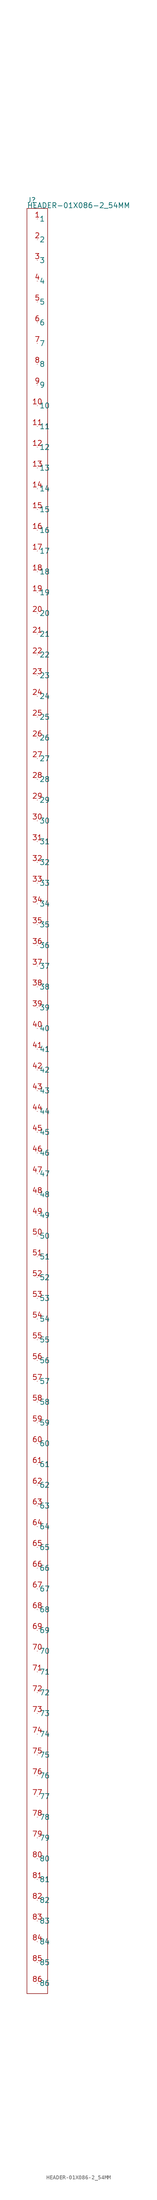
<source format=kicad_sym>
(kicad_symbol_lib
  (version 20211014)
  (generator kicad_symbol_editor)
  (symbol "HEADER-01X086-2_54MM"
    (pin_names)
    (property "Reference" "J"
      (at -2.54 219.71 0)
      (effects (font (size 1.27 1.27)) (justify left bottom)))
    (property "Value" "HEADER-01X086-2_54MM"
      (at -2.54 218.44 0)
      (effects (font (size 1.27 1.27)) (justify left bottom)))
    (property "Datasheet" ""
      (at 0 0 0))
    (property "ki_description" "Header 1x86  - Header Vertical 86POS 2.54MM Technical Specifications: Pitch: 0.1\" (2.54mm) "
      (at 0 0 0))
    (property "ki_fp_filters" "FlashPCB_Connectors:HEADER-THT-01X086-2_54MM FlashPCB_Connectors:HEADER-THT-LONG-01X086-2_54MM FlashPCB_Connectors:HEADER-THT-NOSILK-01X086-2_54MM FlashPCB_Connectors:HEADER-THT-LONG-NOSILK-01X086-2_54MM"
      (at 0 0 0))
    (symbol "HEADER-01X086-2_54MM_1_1"
      (polyline (pts (xy -2.54 218.44) (xy 2.54 218.44)) (stroke (width 0.127)) (fill (type none)))
      (polyline (pts (xy 2.54 218.44) (xy 2.54 -218.44)) (stroke (width 0.127)) (fill (type none)))
      (polyline (pts (xy 2.54 -218.44) (xy -2.54 -218.44)) (stroke (width 0.127)) (fill (type none)))
      (polyline (pts (xy -2.54 -218.44) (xy -2.54 218.44)) (stroke (width 0.127)) (fill (type none)))
      (pin bidirectional line (at 0 215.9 0) (length 0) (name "1" (effects (font (size 1.27 1.27)))) (number "1" (effects (font (size 1.27 1.27)))))
      (pin bidirectional line (at 0 210.82 0) (length 0) (name "2" (effects (font (size 1.27 1.27)))) (number "2" (effects (font (size 1.27 1.27)))))
      (pin bidirectional line (at 0 205.74 0) (length 0) (name "3" (effects (font (size 1.27 1.27)))) (number "3" (effects (font (size 1.27 1.27)))))
      (pin bidirectional line (at 0 200.66 0) (length 0) (name "4" (effects (font (size 1.27 1.27)))) (number "4" (effects (font (size 1.27 1.27)))))
      (pin bidirectional line (at 0 195.58 0) (length 0) (name "5" (effects (font (size 1.27 1.27)))) (number "5" (effects (font (size 1.27 1.27)))))
      (pin bidirectional line (at 0 190.5 0) (length 0) (name "6" (effects (font (size 1.27 1.27)))) (number "6" (effects (font (size 1.27 1.27)))))
      (pin bidirectional line (at 0 185.42 0) (length 0) (name "7" (effects (font (size 1.27 1.27)))) (number "7" (effects (font (size 1.27 1.27)))))
      (pin bidirectional line (at 0 180.34 0) (length 0) (name "8" (effects (font (size 1.27 1.27)))) (number "8" (effects (font (size 1.27 1.27)))))
      (pin bidirectional line (at 0 175.26 0) (length 0) (name "9" (effects (font (size 1.27 1.27)))) (number "9" (effects (font (size 1.27 1.27)))))
      (pin bidirectional line (at 0 170.18 0) (length 0) (name "10" (effects (font (size 1.27 1.27)))) (number "10" (effects (font (size 1.27 1.27)))))
      (pin bidirectional line (at 0 165.1 0) (length 0) (name "11" (effects (font (size 1.27 1.27)))) (number "11" (effects (font (size 1.27 1.27)))))
      (pin bidirectional line (at 0 160.02 0) (length 0) (name "12" (effects (font (size 1.27 1.27)))) (number "12" (effects (font (size 1.27 1.27)))))
      (pin bidirectional line (at 0 154.94 0) (length 0) (name "13" (effects (font (size 1.27 1.27)))) (number "13" (effects (font (size 1.27 1.27)))))
      (pin bidirectional line (at 0 149.86 0) (length 0) (name "14" (effects (font (size 1.27 1.27)))) (number "14" (effects (font (size 1.27 1.27)))))
      (pin bidirectional line (at 0 144.78 0) (length 0) (name "15" (effects (font (size 1.27 1.27)))) (number "15" (effects (font (size 1.27 1.27)))))
      (pin bidirectional line (at 0 139.7 0) (length 0) (name "16" (effects (font (size 1.27 1.27)))) (number "16" (effects (font (size 1.27 1.27)))))
      (pin bidirectional line (at 0 134.62 0) (length 0) (name "17" (effects (font (size 1.27 1.27)))) (number "17" (effects (font (size 1.27 1.27)))))
      (pin bidirectional line (at 0 129.54 0) (length 0) (name "18" (effects (font (size 1.27 1.27)))) (number "18" (effects (font (size 1.27 1.27)))))
      (pin bidirectional line (at 0 124.46 0) (length 0) (name "19" (effects (font (size 1.27 1.27)))) (number "19" (effects (font (size 1.27 1.27)))))
      (pin bidirectional line (at 0 119.38 0) (length 0) (name "20" (effects (font (size 1.27 1.27)))) (number "20" (effects (font (size 1.27 1.27)))))
      (pin bidirectional line (at 0 114.3 0) (length 0) (name "21" (effects (font (size 1.27 1.27)))) (number "21" (effects (font (size 1.27 1.27)))))
      (pin bidirectional line (at 0 109.22 0) (length 0) (name "22" (effects (font (size 1.27 1.27)))) (number "22" (effects (font (size 1.27 1.27)))))
      (pin bidirectional line (at 0 104.14 0) (length 0) (name "23" (effects (font (size 1.27 1.27)))) (number "23" (effects (font (size 1.27 1.27)))))
      (pin bidirectional line (at 0 99.06 0) (length 0) (name "24" (effects (font (size 1.27 1.27)))) (number "24" (effects (font (size 1.27 1.27)))))
      (pin bidirectional line (at 0 93.98 0) (length 0) (name "25" (effects (font (size 1.27 1.27)))) (number "25" (effects (font (size 1.27 1.27)))))
      (pin bidirectional line (at 0 88.9 0) (length 0) (name "26" (effects (font (size 1.27 1.27)))) (number "26" (effects (font (size 1.27 1.27)))))
      (pin bidirectional line (at 0 83.82 0) (length 0) (name "27" (effects (font (size 1.27 1.27)))) (number "27" (effects (font (size 1.27 1.27)))))
      (pin bidirectional line (at 0 78.74 0) (length 0) (name "28" (effects (font (size 1.27 1.27)))) (number "28" (effects (font (size 1.27 1.27)))))
      (pin bidirectional line (at 0 73.66 0) (length 0) (name "29" (effects (font (size 1.27 1.27)))) (number "29" (effects (font (size 1.27 1.27)))))
      (pin bidirectional line (at 0 68.58 0) (length 0) (name "30" (effects (font (size 1.27 1.27)))) (number "30" (effects (font (size 1.27 1.27)))))
      (pin bidirectional line (at 0 63.5 0) (length 0) (name "31" (effects (font (size 1.27 1.27)))) (number "31" (effects (font (size 1.27 1.27)))))
      (pin bidirectional line (at 0 58.42 0) (length 0) (name "32" (effects (font (size 1.27 1.27)))) (number "32" (effects (font (size 1.27 1.27)))))
      (pin bidirectional line (at 0 53.34 0) (length 0) (name "33" (effects (font (size 1.27 1.27)))) (number "33" (effects (font (size 1.27 1.27)))))
      (pin bidirectional line (at 0 48.26 0) (length 0) (name "34" (effects (font (size 1.27 1.27)))) (number "34" (effects (font (size 1.27 1.27)))))
      (pin bidirectional line (at 0 43.18 0) (length 0) (name "35" (effects (font (size 1.27 1.27)))) (number "35" (effects (font (size 1.27 1.27)))))
      (pin bidirectional line (at 0 38.1 0) (length 0) (name "36" (effects (font (size 1.27 1.27)))) (number "36" (effects (font (size 1.27 1.27)))))
      (pin bidirectional line (at 0 33.02 0) (length 0) (name "37" (effects (font (size 1.27 1.27)))) (number "37" (effects (font (size 1.27 1.27)))))
      (pin bidirectional line (at 0 27.94 0) (length 0) (name "38" (effects (font (size 1.27 1.27)))) (number "38" (effects (font (size 1.27 1.27)))))
      (pin bidirectional line (at 0 22.86 0) (length 0) (name "39" (effects (font (size 1.27 1.27)))) (number "39" (effects (font (size 1.27 1.27)))))
      (pin bidirectional line (at 0 17.78 0) (length 0) (name "40" (effects (font (size 1.27 1.27)))) (number "40" (effects (font (size 1.27 1.27)))))
      (pin bidirectional line (at 0 12.7 0) (length 0) (name "41" (effects (font (size 1.27 1.27)))) (number "41" (effects (font (size 1.27 1.27)))))
      (pin bidirectional line (at 0 7.62 0) (length 0) (name "42" (effects (font (size 1.27 1.27)))) (number "42" (effects (font (size 1.27 1.27)))))
      (pin bidirectional line (at 0 2.54 0) (length 0) (name "43" (effects (font (size 1.27 1.27)))) (number "43" (effects (font (size 1.27 1.27)))))
      (pin bidirectional line (at 0 -2.54 0) (length 0) (name "44" (effects (font (size 1.27 1.27)))) (number "44" (effects (font (size 1.27 1.27)))))
      (pin bidirectional line (at 0 -7.62 0) (length 0) (name "45" (effects (font (size 1.27 1.27)))) (number "45" (effects (font (size 1.27 1.27)))))
      (pin bidirectional line (at 0 -12.7 0) (length 0) (name "46" (effects (font (size 1.27 1.27)))) (number "46" (effects (font (size 1.27 1.27)))))
      (pin bidirectional line (at 0 -17.78 0) (length 0) (name "47" (effects (font (size 1.27 1.27)))) (number "47" (effects (font (size 1.27 1.27)))))
      (pin bidirectional line (at 0 -22.86 0) (length 0) (name "48" (effects (font (size 1.27 1.27)))) (number "48" (effects (font (size 1.27 1.27)))))
      (pin bidirectional line (at 0 -27.94 0) (length 0) (name "49" (effects (font (size 1.27 1.27)))) (number "49" (effects (font (size 1.27 1.27)))))
      (pin bidirectional line (at 0 -33.02 0) (length 0) (name "50" (effects (font (size 1.27 1.27)))) (number "50" (effects (font (size 1.27 1.27)))))
      (pin bidirectional line (at 0 -38.1 0) (length 0) (name "51" (effects (font (size 1.27 1.27)))) (number "51" (effects (font (size 1.27 1.27)))))
      (pin bidirectional line (at 0 -43.18 0) (length 0) (name "52" (effects (font (size 1.27 1.27)))) (number "52" (effects (font (size 1.27 1.27)))))
      (pin bidirectional line (at 0 -48.26 0) (length 0) (name "53" (effects (font (size 1.27 1.27)))) (number "53" (effects (font (size 1.27 1.27)))))
      (pin bidirectional line (at 0 -53.34 0) (length 0) (name "54" (effects (font (size 1.27 1.27)))) (number "54" (effects (font (size 1.27 1.27)))))
      (pin bidirectional line (at 0 -58.42 0) (length 0) (name "55" (effects (font (size 1.27 1.27)))) (number "55" (effects (font (size 1.27 1.27)))))
      (pin bidirectional line (at 0 -63.5 0) (length 0) (name "56" (effects (font (size 1.27 1.27)))) (number "56" (effects (font (size 1.27 1.27)))))
      (pin bidirectional line (at 0 -68.58 0) (length 0) (name "57" (effects (font (size 1.27 1.27)))) (number "57" (effects (font (size 1.27 1.27)))))
      (pin bidirectional line (at 0 -73.66 0) (length 0) (name "58" (effects (font (size 1.27 1.27)))) (number "58" (effects (font (size 1.27 1.27)))))
      (pin bidirectional line (at 0 -78.74 0) (length 0) (name "59" (effects (font (size 1.27 1.27)))) (number "59" (effects (font (size 1.27 1.27)))))
      (pin bidirectional line (at 0 -83.82 0) (length 0) (name "60" (effects (font (size 1.27 1.27)))) (number "60" (effects (font (size 1.27 1.27)))))
      (pin bidirectional line (at 0 -88.9 0) (length 0) (name "61" (effects (font (size 1.27 1.27)))) (number "61" (effects (font (size 1.27 1.27)))))
      (pin bidirectional line (at 0 -93.98 0) (length 0) (name "62" (effects (font (size 1.27 1.27)))) (number "62" (effects (font (size 1.27 1.27)))))
      (pin bidirectional line (at 0 -99.06 0) (length 0) (name "63" (effects (font (size 1.27 1.27)))) (number "63" (effects (font (size 1.27 1.27)))))
      (pin bidirectional line (at 0 -104.14 0) (length 0) (name "64" (effects (font (size 1.27 1.27)))) (number "64" (effects (font (size 1.27 1.27)))))
      (pin bidirectional line (at 0 -109.22 0) (length 0) (name "65" (effects (font (size 1.27 1.27)))) (number "65" (effects (font (size 1.27 1.27)))))
      (pin bidirectional line (at 0 -114.3 0) (length 0) (name "66" (effects (font (size 1.27 1.27)))) (number "66" (effects (font (size 1.27 1.27)))))
      (pin bidirectional line (at 0 -119.38 0) (length 0) (name "67" (effects (font (size 1.27 1.27)))) (number "67" (effects (font (size 1.27 1.27)))))
      (pin bidirectional line (at 0 -124.46 0) (length 0) (name "68" (effects (font (size 1.27 1.27)))) (number "68" (effects (font (size 1.27 1.27)))))
      (pin bidirectional line (at 0 -129.54 0) (length 0) (name "69" (effects (font (size 1.27 1.27)))) (number "69" (effects (font (size 1.27 1.27)))))
      (pin bidirectional line (at 0 -134.62 0) (length 0) (name "70" (effects (font (size 1.27 1.27)))) (number "70" (effects (font (size 1.27 1.27)))))
      (pin bidirectional line (at 0 -139.7 0) (length 0) (name "71" (effects (font (size 1.27 1.27)))) (number "71" (effects (font (size 1.27 1.27)))))
      (pin bidirectional line (at 0 -144.78 0) (length 0) (name "72" (effects (font (size 1.27 1.27)))) (number "72" (effects (font (size 1.27 1.27)))))
      (pin bidirectional line (at 0 -149.86 0) (length 0) (name "73" (effects (font (size 1.27 1.27)))) (number "73" (effects (font (size 1.27 1.27)))))
      (pin bidirectional line (at 0 -154.94 0) (length 0) (name "74" (effects (font (size 1.27 1.27)))) (number "74" (effects (font (size 1.27 1.27)))))
      (pin bidirectional line (at 0 -160.02 0) (length 0) (name "75" (effects (font (size 1.27 1.27)))) (number "75" (effects (font (size 1.27 1.27)))))
      (pin bidirectional line (at 0 -165.1 0) (length 0) (name "76" (effects (font (size 1.27 1.27)))) (number "76" (effects (font (size 1.27 1.27)))))
      (pin bidirectional line (at 0 -170.18 0) (length 0) (name "77" (effects (font (size 1.27 1.27)))) (number "77" (effects (font (size 1.27 1.27)))))
      (pin bidirectional line (at 0 -175.26 0) (length 0) (name "78" (effects (font (size 1.27 1.27)))) (number "78" (effects (font (size 1.27 1.27)))))
      (pin bidirectional line (at 0 -180.34 0) (length 0) (name "79" (effects (font (size 1.27 1.27)))) (number "79" (effects (font (size 1.27 1.27)))))
      (pin bidirectional line (at 0 -185.42 0) (length 0) (name "80" (effects (font (size 1.27 1.27)))) (number "80" (effects (font (size 1.27 1.27)))))
      (pin bidirectional line (at 0 -190.5 0) (length 0) (name "81" (effects (font (size 1.27 1.27)))) (number "81" (effects (font (size 1.27 1.27)))))
      (pin bidirectional line (at 0 -195.58 0) (length 0) (name "82" (effects (font (size 1.27 1.27)))) (number "82" (effects (font (size 1.27 1.27)))))
      (pin bidirectional line (at 0 -200.66 0) (length 0) (name "83" (effects (font (size 1.27 1.27)))) (number "83" (effects (font (size 1.27 1.27)))))
      (pin bidirectional line (at 0 -205.74 0) (length 0) (name "84" (effects (font (size 1.27 1.27)))) (number "84" (effects (font (size 1.27 1.27)))))
      (pin bidirectional line (at 0 -210.82 0) (length 0) (name "85" (effects (font (size 1.27 1.27)))) (number "85" (effects (font (size 1.27 1.27)))))
      (pin bidirectional line (at 0 -215.9 0) (length 0) (name "86" (effects (font (size 1.27 1.27)))) (number "86" (effects (font (size 1.27 1.27))))))))
</source>
